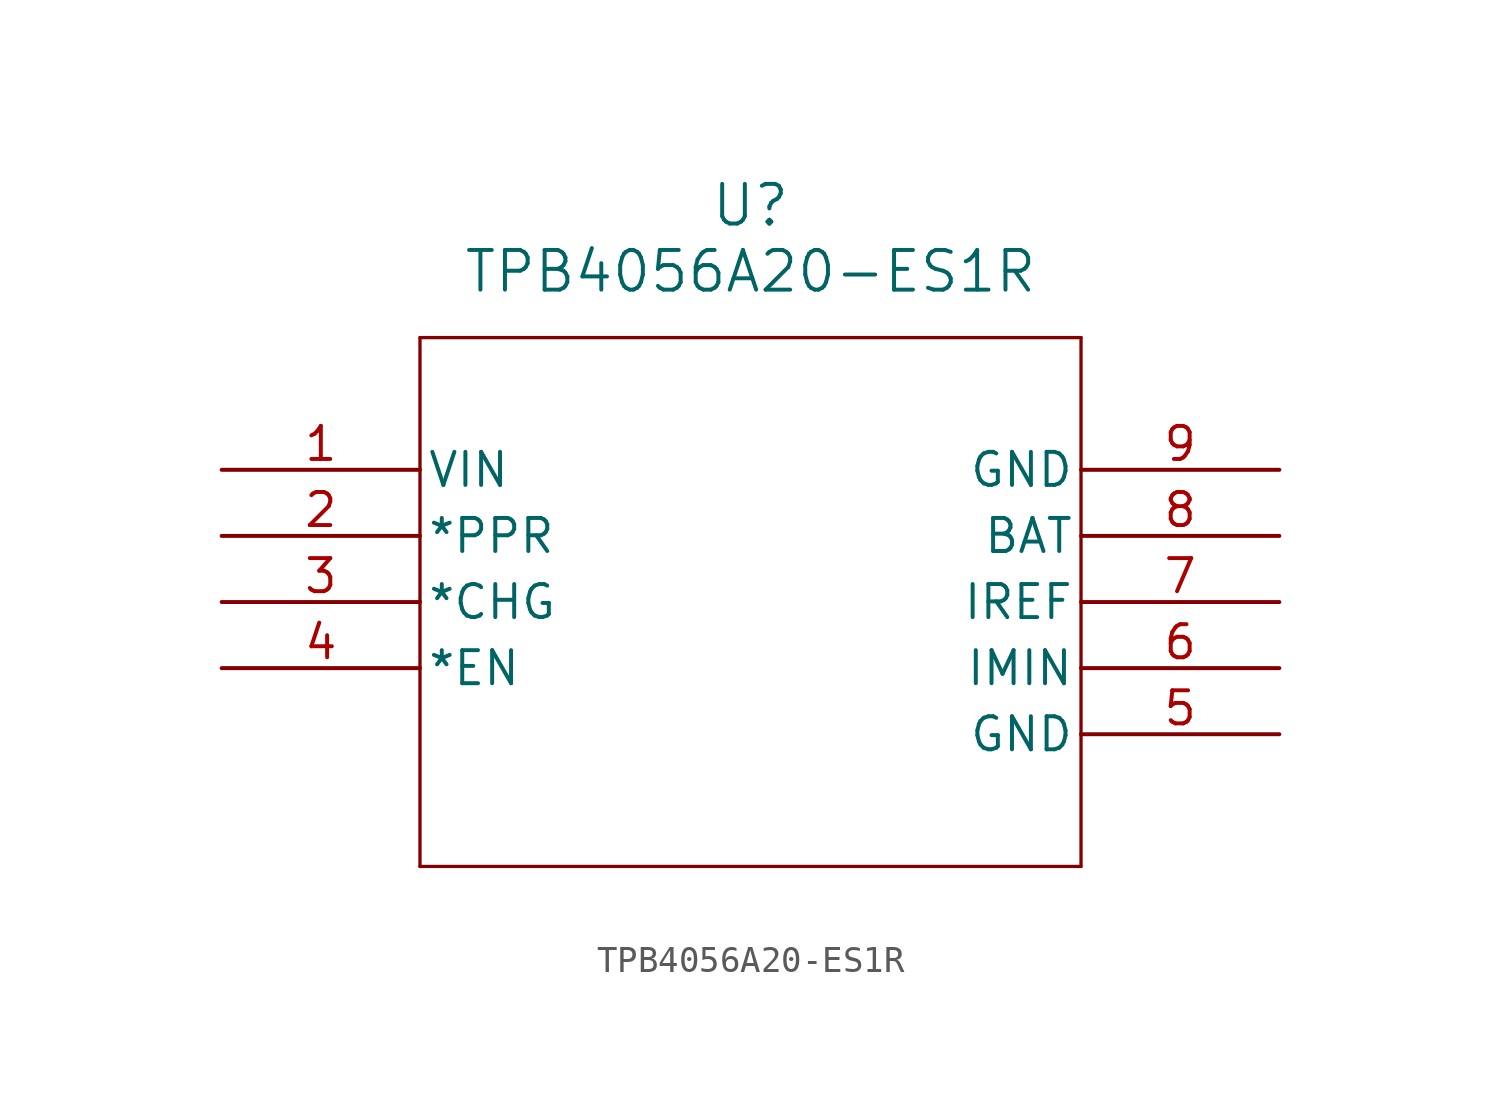
<source format=kicad_sym>
(kicad_symbol_lib
  (version 20211014)
  (generator kicad_symbol_editor)
  (symbol "TPB4056A20-ES1R"
    (pin_names
      (offset 0.254))
    (property "Reference" "U"
      (at 20.32 10.16 0)
      (effects (font (size 1.524 1.524))))
    (property "Value" "TPB4056A20-ES1R"
      (at 20.32 7.62 0)
      (effects (font (size 1.524 1.524))))
    (symbol "TPB4056A20-ES1R_0_1"
      (polyline (pts (xy 7.62 5.08) (xy 7.62 -15.24)) (stroke (width 0.127) (type default) (color 0 0 0 0)) (fill (type none)))
      (polyline (pts (xy 7.62 -15.24) (xy 33.02 -15.24)) (stroke (width 0.127) (type default) (color 0 0 0 0)) (fill (type none)))
      (polyline (pts (xy 33.02 -15.24) (xy 33.02 5.08)) (stroke (width 0.127) (type default) (color 0 0 0 0)) (fill (type none)))
      (polyline (pts (xy 33.02 5.08) (xy 7.62 5.08)) (stroke (width 0.127) (type default) (color 0 0 0 0)) (fill (type none)))
      (pin power_in line (at 0 0 0) (length 7.62) (name "VIN" (effects (font (size 1.27 1.27)))) (number "1" (effects (font (size 1.27 1.27)))))
      (pin output line (at 0 -2.54 0) (length 7.62) (name "*PPR" (effects (font (size 1.27 1.27)))) (number "2" (effects (font (size 1.27 1.27)))))
      (pin output line (at 0 -5.08 0) (length 7.62) (name "*CHG" (effects (font (size 1.27 1.27)))) (number "3" (effects (font (size 1.27 1.27)))))
      (pin input line (at 0 -7.62 0) (length 7.62) (name "*EN" (effects (font (size 1.27 1.27)))) (number "4" (effects (font (size 1.27 1.27)))))
      (pin power_out line (at 40.64 -10.16 180) (length 7.62) (name "GND" (effects (font (size 1.27 1.27)))) (number "5" (effects (font (size 1.27 1.27)))))
      (pin input line (at 40.64 -7.62 180) (length 7.62) (name "IMIN" (effects (font (size 1.27 1.27)))) (number "6" (effects (font (size 1.27 1.27)))))
      (pin input line (at 40.64 -5.08 180) (length 7.62) (name "IREF" (effects (font (size 1.27 1.27)))) (number "7" (effects (font (size 1.27 1.27)))))
      (pin output line (at 40.64 -2.54 180) (length 7.62) (name "BAT" (effects (font (size 1.27 1.27)))) (number "8" (effects (font (size 1.27 1.27)))))
      (pin power_out line (at 40.64 0 180) (length 7.62) (name "GND" (effects (font (size 1.27 1.27)))) (number "9" (effects (font (size 1.27 1.27))))))))
</source>
